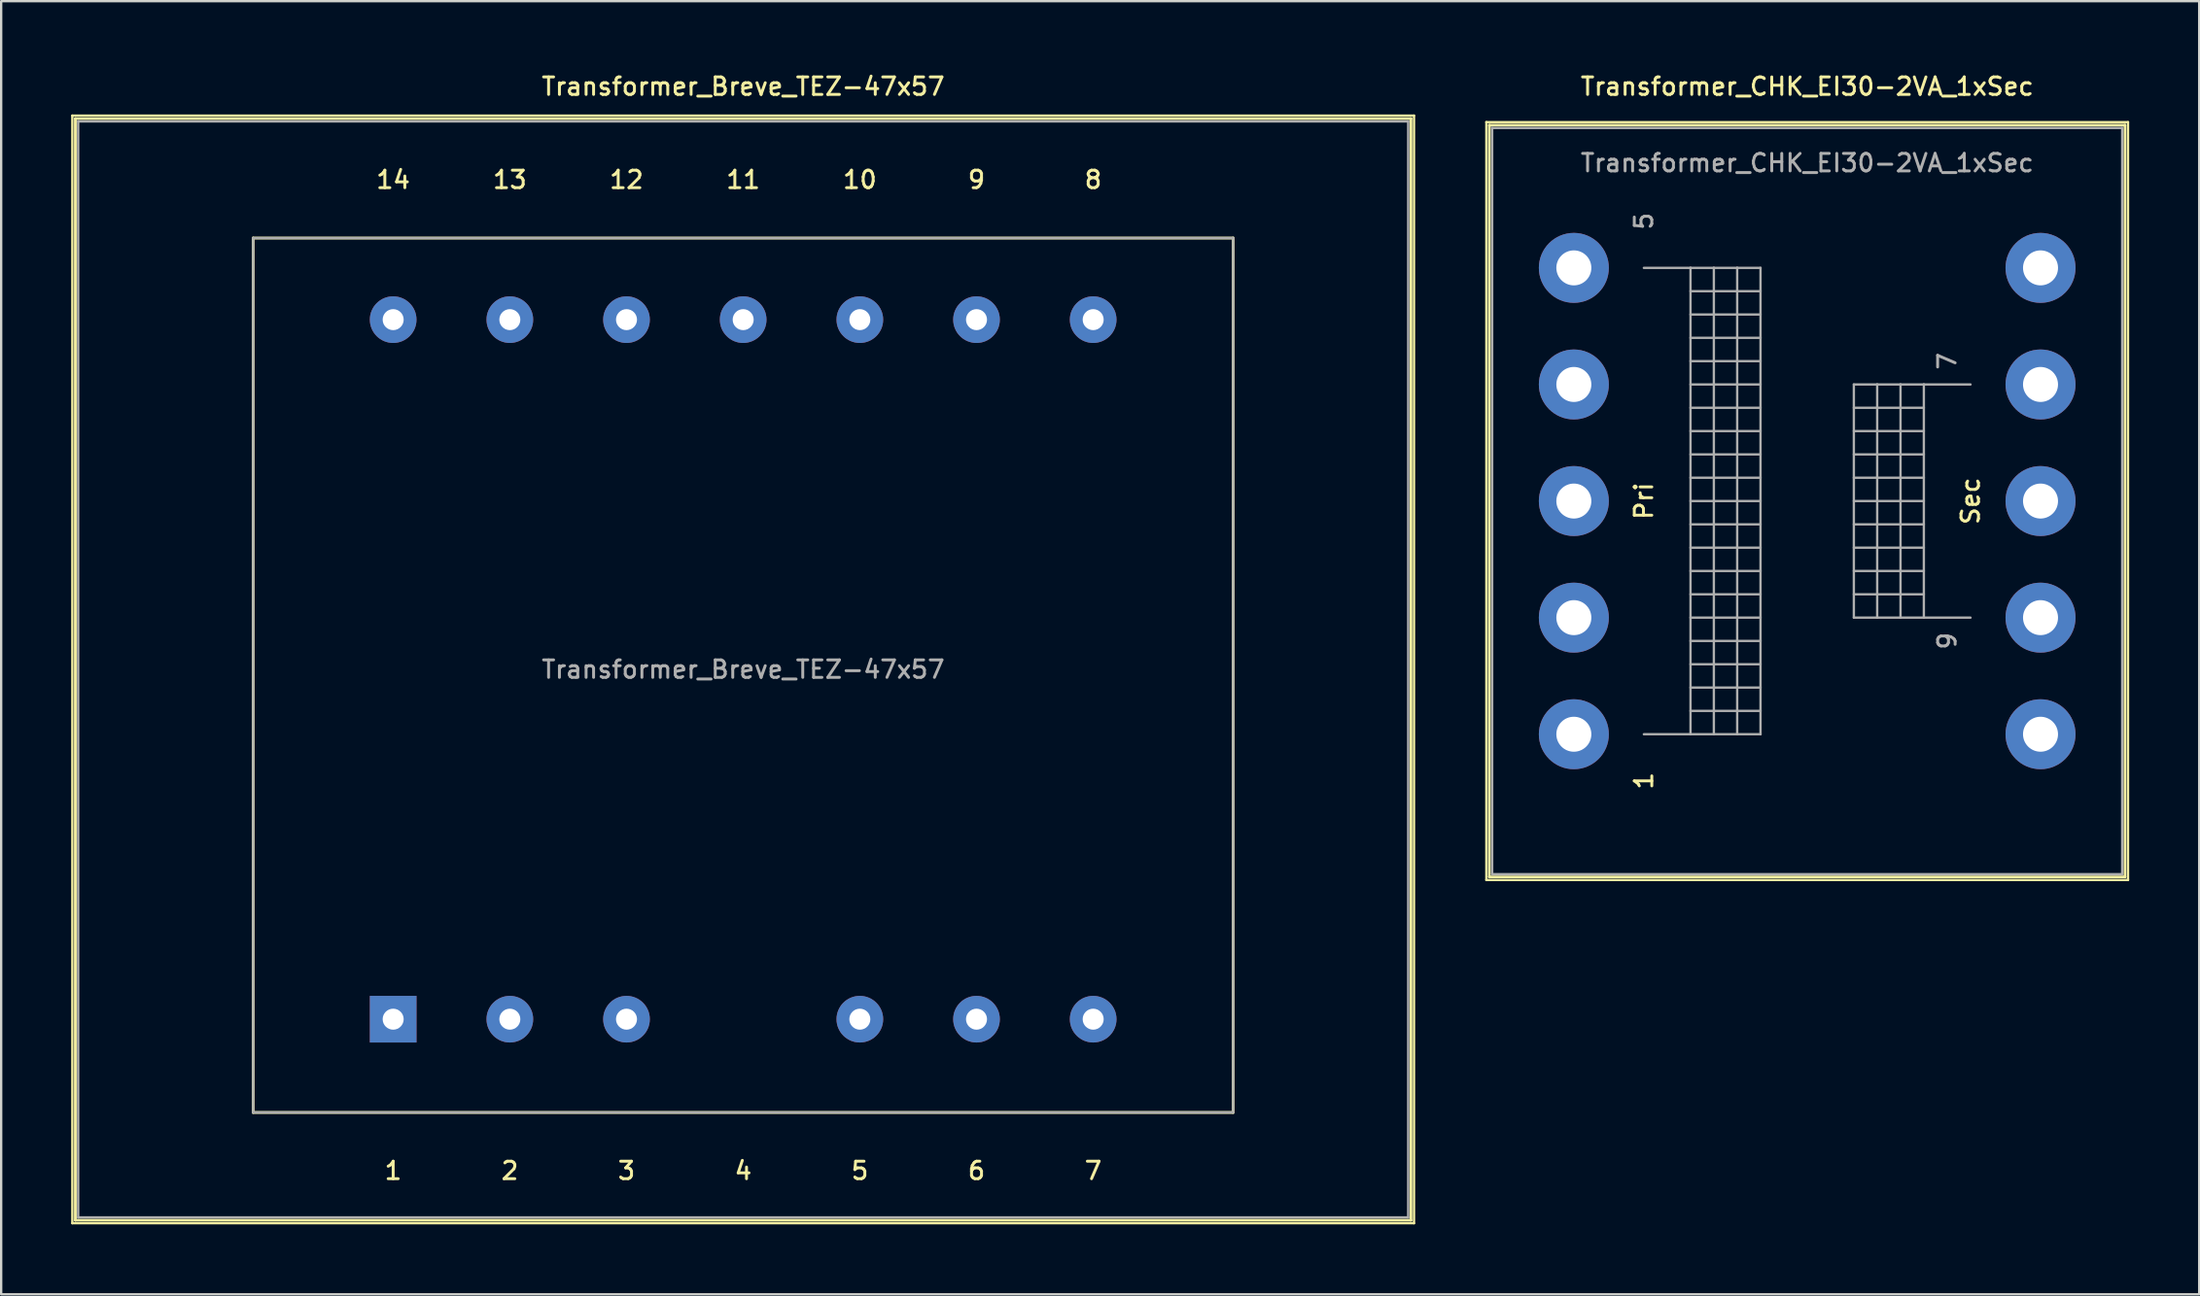
<source format=kicad_pcb>
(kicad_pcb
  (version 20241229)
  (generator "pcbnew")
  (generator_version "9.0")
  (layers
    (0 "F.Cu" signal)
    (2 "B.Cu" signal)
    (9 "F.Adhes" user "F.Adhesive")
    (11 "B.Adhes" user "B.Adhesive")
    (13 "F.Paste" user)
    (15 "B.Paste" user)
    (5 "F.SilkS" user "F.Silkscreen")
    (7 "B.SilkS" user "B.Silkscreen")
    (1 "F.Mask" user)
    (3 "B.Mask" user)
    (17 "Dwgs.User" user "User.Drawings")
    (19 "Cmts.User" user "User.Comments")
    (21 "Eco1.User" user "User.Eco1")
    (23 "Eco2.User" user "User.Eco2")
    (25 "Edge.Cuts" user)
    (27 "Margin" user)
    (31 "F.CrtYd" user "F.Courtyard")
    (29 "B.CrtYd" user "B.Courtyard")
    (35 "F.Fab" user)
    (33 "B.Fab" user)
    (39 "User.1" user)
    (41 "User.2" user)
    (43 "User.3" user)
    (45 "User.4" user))
  (footprint "Transformer_CHK_EI30-2VA_1xSec"
    (layer "F.Cu")
    (at 64.4 28.438)
    (property "Reference" "Transformer_CHK_EI30-2VA_1xSec" (at 10 -27.78 0) (layer "F.SilkS") (effects (font (size 0.75 0.75) (thickness 0.125))))
    (attr through_hole)
    (fp_line (start -3.75 -26.25) (end -3.75 6.25) (stroke (width 0.1) (type solid)) (layer "F.SilkS"))
    (fp_line (start -3.75 -26.25) (end 23.75 -26.25) (stroke (width 0.1) (type solid)) (layer "F.SilkS"))
    (fp_line (start -3.62 -26.12) (end -3.62 6.12) (stroke (width 0.12) (type solid)) (layer "F.SilkS"))
    (fp_line (start -3.62 -26.12) (end 23.62 -26.12) (stroke (width 0.12) (type solid)) (layer "F.SilkS"))
    (fp_line (start 23.62 6.12) (end -3.62 6.12) (stroke (width 0.12) (type solid)) (layer "F.SilkS"))
    (fp_line (start 23.62 6.12) (end 23.62 -26.12) (stroke (width 0.12) (type solid)) (layer "F.SilkS"))
    (fp_line (start 23.75 6.25) (end -3.75 6.25) (stroke (width 0.1) (type solid)) (layer "F.SilkS"))
    (fp_line (start 23.75 6.25) (end 23.75 -26.25) (stroke (width 0.1) (type solid)) (layer "F.SilkS"))
    (fp_line (start -3.5 -26) (end -3.5 6) (stroke (width 0.1) (type solid)) (layer "F.Fab"))
    (fp_line (start -3.5 6) (end 23.5 6) (stroke (width 0.1) (type solid)) (layer "F.Fab"))
    (fp_line (start 3 -20) (end 5 -20) (stroke (width 0.1) (type solid)) (layer "F.Fab"))
    (fp_line (start 5 -20) (end 5 0) (stroke (width 0.1) (type solid)) (layer "F.Fab"))
    (fp_line (start 5 -20) (end 6 -20) (stroke (width 0.1) (type solid)) (layer "F.Fab"))
    (fp_line (start 5 -19) (end 8 -19) (stroke (width 0.1) (type solid)) (layer "F.Fab"))
    (fp_line (start 5 -17) (end 8 -17) (stroke (width 0.1) (type solid)) (layer "F.Fab"))
    (fp_line (start 5 -15) (end 8 -15) (stroke (width 0.1) (type solid)) (layer "F.Fab"))
    (fp_line (start 5 -13) (end 8 -13) (stroke (width 0.1) (type solid)) (layer "F.Fab"))
    (fp_line (start 5 -11) (end 8 -11) (stroke (width 0.1) (type solid)) (layer "F.Fab"))
    (fp_line (start 5 -9) (end 8 -9) (stroke (width 0.1) (type solid)) (layer "F.Fab"))
    (fp_line (start 5 -7) (end 8 -7) (stroke (width 0.1) (type solid)) (layer "F.Fab"))
    (fp_line (start 5 -5) (end 8 -5) (stroke (width 0.1) (type solid)) (layer "F.Fab"))
    (fp_line (start 5 -3) (end 8 -3) (stroke (width 0.1) (type solid)) (layer "F.Fab"))
    (fp_line (start 5 -1) (end 8 -1) (stroke (width 0.1) (type solid)) (layer "F.Fab"))
    (fp_line (start 5 0) (end 3 0) (stroke (width 0.1) (type solid)) (layer "F.Fab"))
    (fp_line (start 6 -20) (end 6 0) (stroke (width 0.1) (type solid)) (layer "F.Fab"))
    (fp_line (start 6 -20) (end 7 -20) (stroke (width 0.1) (type solid)) (layer "F.Fab"))
    (fp_line (start 6 0) (end 5 0) (stroke (width 0.1) (type solid)) (layer "F.Fab"))
    (fp_line (start 7 -20) (end 7 0) (stroke (width 0.1) (type solid)) (layer "F.Fab"))
    (fp_line (start 7 -20) (end 8 -20) (stroke (width 0.1) (type solid)) (layer "F.Fab"))
    (fp_line (start 7 0) (end 6 0) (stroke (width 0.1) (type solid)) (layer "F.Fab"))
    (fp_line (start 8 -20) (end 8 0) (stroke (width 0.1) (type solid)) (layer "F.Fab"))
    (fp_line (start 8 -18) (end 5 -18) (stroke (width 0.1) (type solid)) (layer "F.Fab"))
    (fp_line (start 8 -16) (end 5 -16) (stroke (width 0.1) (type solid)) (layer "F.Fab"))
    (fp_line (start 8 -14) (end 5 -14) (stroke (width 0.1) (type solid)) (layer "F.Fab"))
    (fp_line (start 8 -12) (end 5 -12) (stroke (width 0.1) (type solid)) (layer "F.Fab"))
    (fp_line (start 8 -10) (end 5 -10) (stroke (width 0.1) (type solid)) (layer "F.Fab"))
    (fp_line (start 8 -8) (end 5 -8) (stroke (width 0.1) (type solid)) (layer "F.Fab"))
    (fp_line (start 8 -6) (end 5 -6) (stroke (width 0.1) (type solid)) (layer "F.Fab"))
    (fp_line (start 8 -4) (end 5 -4) (stroke (width 0.1) (type solid)) (layer "F.Fab"))
    (fp_line (start 8 -2) (end 5 -2) (stroke (width 0.1) (type solid)) (layer "F.Fab"))
    (fp_line (start 8 0) (end 7 0) (stroke (width 0.1) (type solid)) (layer "F.Fab"))
    (fp_line (start 12 -15) (end 12 -5) (stroke (width 0.1) (type solid)) (layer "F.Fab"))
    (fp_line (start 12 -14) (end 15 -14) (stroke (width 0.1) (type solid)) (layer "F.Fab"))
    (fp_line (start 12 -12) (end 15 -12) (stroke (width 0.1) (type solid)) (layer "F.Fab"))
    (fp_line (start 12 -10) (end 15 -10) (stroke (width 0.1) (type solid)) (layer "F.Fab"))
    (fp_line (start 12 -8) (end 15 -8) (stroke (width 0.1) (type solid)) (layer "F.Fab"))
    (fp_line (start 12 -6) (end 15 -6) (stroke (width 0.1) (type solid)) (layer "F.Fab"))
    (fp_line (start 12 -5) (end 13 -5) (stroke (width 0.1) (type solid)) (layer "F.Fab"))
    (fp_line (start 13 -15) (end 12 -15) (stroke (width 0.1) (type solid)) (layer "F.Fab"))
    (fp_line (start 13 -15) (end 13 -5) (stroke (width 0.1) (type solid)) (layer "F.Fab"))
    (fp_line (start 13 -5) (end 14 -5) (stroke (width 0.1) (type solid)) (layer "F.Fab"))
    (fp_line (start 14 -15) (end 13 -15) (stroke (width 0.1) (type solid)) (layer "F.Fab"))
    (fp_line (start 14 -15) (end 14 -5) (stroke (width 0.1) (type solid)) (layer "F.Fab"))
    (fp_line (start 14 -5) (end 15 -5) (stroke (width 0.1) (type solid)) (layer "F.Fab"))
    (fp_line (start 15 -15) (end 14 -15) (stroke (width 0.1) (type solid)) (layer "F.Fab"))
    (fp_line (start 15 -15) (end 15 -5) (stroke (width 0.1) (type solid)) (layer "F.Fab"))
    (fp_line (start 15 -13) (end 12 -13) (stroke (width 0.1) (type solid)) (layer "F.Fab"))
    (fp_line (start 15 -11) (end 12 -11) (stroke (width 0.1) (type solid)) (layer "F.Fab"))
    (fp_line (start 15 -9) (end 12 -9) (stroke (width 0.1) (type solid)) (layer "F.Fab"))
    (fp_line (start 15 -7) (end 12 -7) (stroke (width 0.1) (type solid)) (layer "F.Fab"))
    (fp_line (start 15 -5) (end 17 -5) (stroke (width 0.1) (type solid)) (layer "F.Fab"))
    (fp_line (start 17 -15) (end 15 -15) (stroke (width 0.1) (type solid)) (layer "F.Fab"))
    (fp_line (start 23.5 -26) (end -3.5 -26) (stroke (width 0.1) (type solid)) (layer "F.Fab"))
    (fp_line (start 23.5 6) (end 23.5 -26) (stroke (width 0.1) (type solid)) (layer "F.Fab"))
    (fp_text user "Pri" (at 3 -10 90) (layer "F.SilkS") (effects (font (size 0.75 0.75) (thickness 0.125))))
    (fp_text user "1" (at 3 2 90) (layer "F.SilkS") (effects (font (size 0.75 0.75) (thickness 0.125))))
    (fp_text user "Sec" (at 17 -10 90) (layer "F.SilkS") (effects (font (size 0.75 0.75) (thickness 0.125))))
    (fp_text user "9" (at 16 -4 90) (layer "F.Fab") (effects (font (size 0.75 0.75) (thickness 0.125))))
    (fp_text user "${REFERENCE}" (at 10 -24.5 0) (layer "F.Fab") (effects (font (size 0.75 0.75) (thickness 0.125))))
    (fp_text user "7" (at 16 -16 90) (layer "F.Fab") (effects (font (size 0.75 0.75) (thickness 0.125))))
    (fp_text user "5" (at 3 -22 90) (layer "F.Fab") (effects (font (size 0.75 0.75) (thickness 0.125))))
    (pad "1" thru_hole circle (at 0 0) (size 3 3) (drill 1.5) (layers "*.Cu" "*.Mask"))
    (pad "2" thru_hole circle (at 0 -5) (size 3 3) (drill 1.5) (layers "*.Cu" "*.Mask"))
    (pad "3" thru_hole circle (at 0 -10) (size 3 3) (drill 1.5) (layers "*.Cu" "*.Mask"))
    (pad "4" thru_hole circle (at 0 -15) (size 3 3) (drill 1.5) (layers "*.Cu" "*.Mask"))
    (pad "5" thru_hole circle (at 0 -20) (size 3 3) (drill 1.5) (layers "*.Cu" "*.Mask"))
    (pad "6" thru_hole circle (at 20 -20) (size 3 3) (drill 1.5) (layers "*.Cu" "*.Mask"))
    (pad "7" thru_hole circle (at 20 -15) (size 3 3) (drill 1.5) (layers "*.Cu" "*.Mask"))
    (pad "8" thru_hole circle (at 20 -10) (size 3 3) (drill 1.5) (layers "*.Cu" "*.Mask"))
    (pad "9" thru_hole circle (at 20 -5) (size 3 3) (drill 1.5) (layers "*.Cu" "*.Mask"))
    (pad "10" thru_hole circle (at 20 0) (size 3 3) (drill 1.5) (layers "*.Cu" "*.Mask")))
  (footprint "Transformer_Breve_TEZ-47x57"
    (layer "F.Cu")
    (at 13.8 40.658)
    (property "Reference" "Transformer_Breve_TEZ-47x57" (at 15 -40 0) (layer "F.SilkS") (effects (font (size 0.75 0.75) (thickness 0.125))))
    (attr through_hole)
    (fp_line (start -13.75 -38.75) (end -13.75 8.75) (stroke (width 0.1) (type solid)) (layer "F.SilkS"))
    (fp_line (start -13.75 -38.75) (end 43.75 -38.75) (stroke (width 0.1) (type solid)) (layer "F.SilkS"))
    (fp_line (start -13.62 -38.62) (end -13.62 8.62) (stroke (width 0.12) (type solid)) (layer "F.SilkS"))
    (fp_line (start -13.62 -38.62) (end 43.62 -38.62) (stroke (width 0.12) (type solid)) (layer "F.SilkS"))
    (fp_line (start -6 -33.5) (end -6 4) (stroke (width 0.12) (type solid)) (layer "F.SilkS"))
    (fp_line (start -6 4) (end 36 4) (stroke (width 0.12) (type solid)) (layer "F.SilkS"))
    (fp_line (start 36 -33.5) (end -6 -33.5) (stroke (width 0.12) (type solid)) (layer "F.SilkS"))
    (fp_line (start 36 4) (end 36 -33.5) (stroke (width 0.12) (type solid)) (layer "F.SilkS"))
    (fp_line (start 43.62 8.62) (end -13.62 8.62) (stroke (width 0.12) (type solid)) (layer "F.SilkS"))
    (fp_line (start 43.62 8.62) (end 43.62 -38.62) (stroke (width 0.12) (type solid)) (layer "F.SilkS"))
    (fp_line (start 43.75 8.75) (end -13.75 8.75) (stroke (width 0.1) (type solid)) (layer "F.SilkS"))
    (fp_line (start 43.75 8.75) (end 43.75 -38.75) (stroke (width 0.1) (type solid)) (layer "F.SilkS"))
    (fp_line (start -13.5 -38.5) (end -13.5 8.5) (stroke (width 0.1) (type solid)) (layer "F.Fab"))
    (fp_line (start -13.5 -38.5) (end 43.5 -38.5) (stroke (width 0.1) (type solid)) (layer "F.Fab"))
    (fp_line (start -6 -33.5) (end -6 4) (stroke (width 0.1) (type solid)) (layer "F.Fab"))
    (fp_line (start -6 4) (end 36 4) (stroke (width 0.1) (type solid)) (layer "F.Fab"))
    (fp_line (start 36 -33.5) (end -6 -33.5) (stroke (width 0.1) (type solid)) (layer "F.Fab"))
    (fp_line (start 36 4) (end 36 -33.5) (stroke (width 0.1) (type solid)) (layer "F.Fab"))
    (fp_line (start 43.5 -38.5) (end 43.5 8.5) (stroke (width 0.1) (type solid)) (layer "F.Fab"))
    (fp_line (start 43.5 8.5) (end -13.5 8.5) (stroke (width 0.1) (type solid)) (layer "F.Fab"))
    (fp_text user "2" (at 5 6.5 0) (layer "F.SilkS") (effects (font (size 0.75 0.75) (thickness 0.125))))
    (fp_text user "13" (at 5 -36 0) (layer "F.SilkS") (effects (font (size 0.75 0.75) (thickness 0.125))))
    (fp_text user "3" (at 10 6.5 0) (layer "F.SilkS") (effects (font (size 0.75 0.75) (thickness 0.125))))
    (fp_text user "12" (at 10 -36 0) (layer "F.SilkS") (effects (font (size 0.75 0.75) (thickness 0.125))))
    (fp_text user "8" (at 30 -36 0) (layer "F.SilkS") (effects (font (size 0.75 0.75) (thickness 0.125))))
    (fp_text user "9" (at 25 -36 0) (layer "F.SilkS") (effects (font (size 0.75 0.75) (thickness 0.125))))
    (fp_text user "5" (at 20 6.5 0) (layer "F.SilkS") (effects (font (size 0.75 0.75) (thickness 0.125))))
    (fp_text user "4" (at 15 6.5 0) (layer "F.SilkS") (effects (font (size 0.75 0.75) (thickness 0.125))))
    (fp_text user "7" (at 30 6.5 0) (layer "F.SilkS") (effects (font (size 0.75 0.75) (thickness 0.125))))
    (fp_text user "11" (at 15 -36 0) (layer "F.SilkS") (effects (font (size 0.75 0.75) (thickness 0.125))))
    (fp_text user "10" (at 20 -36 0) (layer "F.SilkS") (effects (font (size 0.75 0.75) (thickness 0.125))))
    (fp_text user "6" (at 25 6.5 0) (layer "F.SilkS") (effects (font (size 0.75 0.75) (thickness 0.125))))
    (fp_text user "1" (at 0 6.5 0) (layer "F.SilkS") (effects (font (size 0.75 0.75) (thickness 0.125))))
    (fp_text user "14" (at 0 -36 0) (layer "F.SilkS") (effects (font (size 0.75 0.75) (thickness 0.125))))
    (fp_text user "${REFERENCE}" (at 15 -15 0) (layer "F.Fab") (effects (font (size 0.75 0.75) (thickness 0.125))))
    (pad "1" thru_hole rect (at 0 0) (size 2 2) (drill 0.9) (layers "*.Cu" "*.Mask"))
    (pad "2" thru_hole circle (at 5 0) (size 2 2) (drill 0.9) (layers "*.Cu" "*.Mask"))
    (pad "3" thru_hole circle (at 10 0) (size 2 2) (drill 0.9) (layers "*.Cu" "*.Mask"))
    (pad "5" thru_hole circle (at 20 0) (size 2 2) (drill 0.9) (layers "*.Cu" "*.Mask"))
    (pad "6" thru_hole circle (at 25 0) (size 2 2) (drill 0.9) (layers "*.Cu" "*.Mask"))
    (pad "7" thru_hole circle (at 30 0) (size 2 2) (drill 0.9) (layers "*.Cu" "*.Mask"))
    (pad "8" thru_hole circle (at 30 -30) (size 2 2) (drill 0.9) (layers "*.Cu" "*.Mask"))
    (pad "9" thru_hole circle (at 25 -30) (size 2 2) (drill 0.9) (layers "*.Cu" "*.Mask"))
    (pad "10" thru_hole circle (at 20 -30) (size 2 2) (drill 0.9) (layers "*.Cu" "*.Mask"))
    (pad "11" thru_hole circle (at 15 -30) (size 2 2) (drill 0.9) (layers "*.Cu" "*.Mask"))
    (pad "12" thru_hole circle (at 10 -30) (size 2 2) (drill 0.9) (layers "*.Cu" "*.Mask"))
    (pad "13" thru_hole circle (at 5 -30) (size 2 2) (drill 0.9) (layers "*.Cu" "*.Mask"))
    (pad "14" thru_hole circle (at 0 -30) (size 2 2) (drill 0.9) (layers "*.Cu" "*.Mask")))
  (gr_rect
    (start -3 -3)
    (end 91.2 52.458)
    (stroke (width 0.1) (type default))
    (fill no)
    (layer "Edge.Cuts")))
</source>
